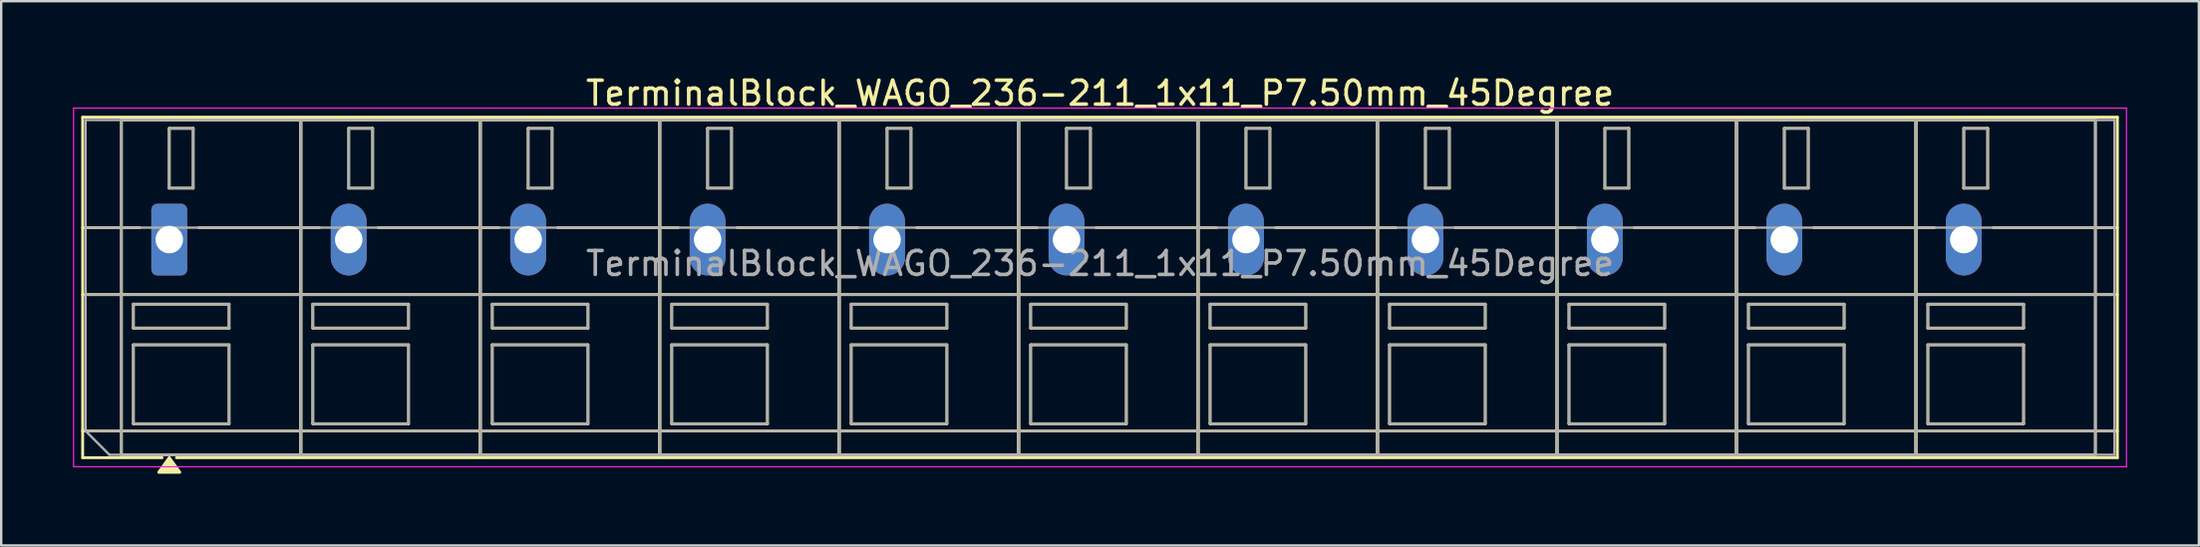
<source format=kicad_pcb>
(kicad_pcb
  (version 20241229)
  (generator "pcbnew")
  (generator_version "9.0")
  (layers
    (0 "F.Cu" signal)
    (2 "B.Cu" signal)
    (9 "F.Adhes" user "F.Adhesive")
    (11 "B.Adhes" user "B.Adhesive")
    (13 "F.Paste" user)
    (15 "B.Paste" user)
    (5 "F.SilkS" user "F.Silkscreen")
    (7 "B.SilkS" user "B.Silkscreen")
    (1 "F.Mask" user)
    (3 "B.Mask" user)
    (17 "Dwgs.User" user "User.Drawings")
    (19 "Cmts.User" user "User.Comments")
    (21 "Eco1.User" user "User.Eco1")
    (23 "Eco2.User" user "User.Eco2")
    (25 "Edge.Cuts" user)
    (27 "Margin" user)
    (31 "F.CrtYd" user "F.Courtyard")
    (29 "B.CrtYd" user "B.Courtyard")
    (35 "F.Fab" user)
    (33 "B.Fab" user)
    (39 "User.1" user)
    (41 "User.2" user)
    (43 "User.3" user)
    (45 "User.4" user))
  (footprint "TerminalBlock_WAGO_236-211_1x11_P7.50mm_45Degree"
    (layer "F.Cu")
    (at 4.025 6.968)
    (property "Reference" "TerminalBlock_WAGO_236-211_1x11_P7.50mm_45Degree" (at 38.9 -6.12 0) (layer "F.SilkS") (effects (font (size 1 1) (thickness 0.15))))
    (attr through_hole)
    (fp_line (start -3.62 -5.12) (end -3.62 9.12) (stroke (width 0.12) (type solid)) (layer "F.SilkS"))
    (fp_line (start -3.62 -5.12) (end 81.42 -5.12) (stroke (width 0.12) (type solid)) (layer "F.SilkS"))
    (fp_line (start -3.62 -0.5) (end -1.23 -0.5) (stroke (width 0.12) (type solid)) (layer "F.SilkS"))
    (fp_line (start -3.62 2.3) (end 81.42 2.3) (stroke (width 0.12) (type solid)) (layer "F.SilkS"))
    (fp_line (start -3.62 8) (end 81.42 8) (stroke (width 0.12) (type solid)) (layer "F.SilkS"))
    (fp_line (start -3.62 9.12) (end -0.3 9.12) (stroke (width 0.12) (type solid)) (layer "F.SilkS"))
    (fp_line (start -2 -5) (end -2 9) (stroke (width 0.12) (type solid)) (layer "F.SilkS"))
    (fp_line (start -2 -5) (end 5.5 -5) (stroke (width 0.12) (type solid)) (layer "F.SilkS"))
    (fp_line (start -2 9) (end 5.5 9) (stroke (width 0.12) (type solid)) (layer "F.SilkS"))
    (fp_line (start -1.5 2.7) (end -1.5 3.7) (stroke (width 0.12) (type solid)) (layer "F.SilkS"))
    (fp_line (start -1.5 2.7) (end 2.5 2.7) (stroke (width 0.12) (type solid)) (layer "F.SilkS"))
    (fp_line (start -1.5 3.7) (end 2.5 3.7) (stroke (width 0.12) (type solid)) (layer "F.SilkS"))
    (fp_line (start -1.5 4.4) (end -1.5 7.7) (stroke (width 0.12) (type solid)) (layer "F.SilkS"))
    (fp_line (start -1.5 4.4) (end 2.5 4.4) (stroke (width 0.12) (type solid)) (layer "F.SilkS"))
    (fp_line (start -1.5 7.7) (end 2.5 7.7) (stroke (width 0.12) (type solid)) (layer "F.SilkS"))
    (fp_line (start 0 -4.65) (end 0 -2.15) (stroke (width 0.12) (type solid)) (layer "F.SilkS"))
    (fp_line (start 0 -4.65) (end 1 -4.65) (stroke (width 0.12) (type solid)) (layer "F.SilkS"))
    (fp_line (start 0 -2.15) (end 1 -2.15) (stroke (width 0.12) (type solid)) (layer "F.SilkS"))
    (fp_line (start 0.3 9.12) (end 81.42 9.12) (stroke (width 0.12) (type solid)) (layer "F.SilkS"))
    (fp_line (start 1 -4.65) (end 1 -2.15) (stroke (width 0.12) (type solid)) (layer "F.SilkS"))
    (fp_line (start 1.23 -0.5) (end 6.27 -0.5) (stroke (width 0.12) (type solid)) (layer "F.SilkS"))
    (fp_line (start 2.5 2.7) (end 2.5 3.7) (stroke (width 0.12) (type solid)) (layer "F.SilkS"))
    (fp_line (start 2.5 4.4) (end 2.5 7.7) (stroke (width 0.12) (type solid)) (layer "F.SilkS"))
    (fp_line (start 5.5 -5) (end 5.5 9) (stroke (width 0.12) (type solid)) (layer "F.SilkS"))
    (fp_line (start 5.5 -5) (end 5.5 9) (stroke (width 0.12) (type solid)) (layer "F.SilkS"))
    (fp_line (start 5.5 -5) (end 13 -5) (stroke (width 0.12) (type solid)) (layer "F.SilkS"))
    (fp_line (start 5.5 9) (end 13 9) (stroke (width 0.12) (type solid)) (layer "F.SilkS"))
    (fp_line (start 6 2.7) (end 6 3.7) (stroke (width 0.12) (type solid)) (layer "F.SilkS"))
    (fp_line (start 6 2.7) (end 10 2.7) (stroke (width 0.12) (type solid)) (layer "F.SilkS"))
    (fp_line (start 6 3.7) (end 10 3.7) (stroke (width 0.12) (type solid)) (layer "F.SilkS"))
    (fp_line (start 6 4.4) (end 6 7.7) (stroke (width 0.12) (type solid)) (layer "F.SilkS"))
    (fp_line (start 6 4.4) (end 10 4.4) (stroke (width 0.12) (type solid)) (layer "F.SilkS"))
    (fp_line (start 6 7.7) (end 10 7.7) (stroke (width 0.12) (type solid)) (layer "F.SilkS"))
    (fp_line (start 7.5 -4.65) (end 7.5 -2.15) (stroke (width 0.12) (type solid)) (layer "F.SilkS"))
    (fp_line (start 7.5 -4.65) (end 8.5 -4.65) (stroke (width 0.12) (type solid)) (layer "F.SilkS"))
    (fp_line (start 7.5 -2.15) (end 8.5 -2.15) (stroke (width 0.12) (type solid)) (layer "F.SilkS"))
    (fp_line (start 8.5 -4.65) (end 8.5 -2.15) (stroke (width 0.12) (type solid)) (layer "F.SilkS"))
    (fp_line (start 8.73 -0.5) (end 13.77 -0.5) (stroke (width 0.12) (type solid)) (layer "F.SilkS"))
    (fp_line (start 10 2.7) (end 10 3.7) (stroke (width 0.12) (type solid)) (layer "F.SilkS"))
    (fp_line (start 10 4.4) (end 10 7.7) (stroke (width 0.12) (type solid)) (layer "F.SilkS"))
    (fp_line (start 13 -5) (end 13 9) (stroke (width 0.12) (type solid)) (layer "F.SilkS"))
    (fp_line (start 13 -5) (end 13 9) (stroke (width 0.12) (type solid)) (layer "F.SilkS"))
    (fp_line (start 13 -5) (end 20.5 -5) (stroke (width 0.12) (type solid)) (layer "F.SilkS"))
    (fp_line (start 13 9) (end 20.5 9) (stroke (width 0.12) (type solid)) (layer "F.SilkS"))
    (fp_line (start 13.5 2.7) (end 13.5 3.7) (stroke (width 0.12) (type solid)) (layer "F.SilkS"))
    (fp_line (start 13.5 2.7) (end 17.5 2.7) (stroke (width 0.12) (type solid)) (layer "F.SilkS"))
    (fp_line (start 13.5 3.7) (end 17.5 3.7) (stroke (width 0.12) (type solid)) (layer "F.SilkS"))
    (fp_line (start 13.5 4.4) (end 13.5 7.7) (stroke (width 0.12) (type solid)) (layer "F.SilkS"))
    (fp_line (start 13.5 4.4) (end 17.5 4.4) (stroke (width 0.12) (type solid)) (layer "F.SilkS"))
    (fp_line (start 13.5 7.7) (end 17.5 7.7) (stroke (width 0.12) (type solid)) (layer "F.SilkS"))
    (fp_line (start 15 -4.65) (end 15 -2.15) (stroke (width 0.12) (type solid)) (layer "F.SilkS"))
    (fp_line (start 15 -4.65) (end 16 -4.65) (stroke (width 0.12) (type solid)) (layer "F.SilkS"))
    (fp_line (start 15 -2.15) (end 16 -2.15) (stroke (width 0.12) (type solid)) (layer "F.SilkS"))
    (fp_line (start 16 -4.65) (end 16 -2.15) (stroke (width 0.12) (type solid)) (layer "F.SilkS"))
    (fp_line (start 16.23 -0.5) (end 21.27 -0.5) (stroke (width 0.12) (type solid)) (layer "F.SilkS"))
    (fp_line (start 17.5 2.7) (end 17.5 3.7) (stroke (width 0.12) (type solid)) (layer "F.SilkS"))
    (fp_line (start 17.5 4.4) (end 17.5 7.7) (stroke (width 0.12) (type solid)) (layer "F.SilkS"))
    (fp_line (start 20.5 -5) (end 20.5 9) (stroke (width 0.12) (type solid)) (layer "F.SilkS"))
    (fp_line (start 20.5 -5) (end 20.5 9) (stroke (width 0.12) (type solid)) (layer "F.SilkS"))
    (fp_line (start 20.5 -5) (end 28 -5) (stroke (width 0.12) (type solid)) (layer "F.SilkS"))
    (fp_line (start 20.5 9) (end 28 9) (stroke (width 0.12) (type solid)) (layer "F.SilkS"))
    (fp_line (start 21 2.7) (end 21 3.7) (stroke (width 0.12) (type solid)) (layer "F.SilkS"))
    (fp_line (start 21 2.7) (end 25 2.7) (stroke (width 0.12) (type solid)) (layer "F.SilkS"))
    (fp_line (start 21 3.7) (end 25 3.7) (stroke (width 0.12) (type solid)) (layer "F.SilkS"))
    (fp_line (start 21 4.4) (end 21 7.7) (stroke (width 0.12) (type solid)) (layer "F.SilkS"))
    (fp_line (start 21 4.4) (end 25 4.4) (stroke (width 0.12) (type solid)) (layer "F.SilkS"))
    (fp_line (start 21 7.7) (end 25 7.7) (stroke (width 0.12) (type solid)) (layer "F.SilkS"))
    (fp_line (start 22.5 -4.65) (end 22.5 -2.15) (stroke (width 0.12) (type solid)) (layer "F.SilkS"))
    (fp_line (start 22.5 -4.65) (end 23.5 -4.65) (stroke (width 0.12) (type solid)) (layer "F.SilkS"))
    (fp_line (start 22.5 -2.15) (end 23.5 -2.15) (stroke (width 0.12) (type solid)) (layer "F.SilkS"))
    (fp_line (start 23.5 -4.65) (end 23.5 -2.15) (stroke (width 0.12) (type solid)) (layer "F.SilkS"))
    (fp_line (start 23.73 -0.5) (end 28.77 -0.5) (stroke (width 0.12) (type solid)) (layer "F.SilkS"))
    (fp_line (start 25 2.7) (end 25 3.7) (stroke (width 0.12) (type solid)) (layer "F.SilkS"))
    (fp_line (start 25 4.4) (end 25 7.7) (stroke (width 0.12) (type solid)) (layer "F.SilkS"))
    (fp_line (start 28 -5) (end 28 9) (stroke (width 0.12) (type solid)) (layer "F.SilkS"))
    (fp_line (start 28 -5) (end 28 9) (stroke (width 0.12) (type solid)) (layer "F.SilkS"))
    (fp_line (start 28 -5) (end 35.5 -5) (stroke (width 0.12) (type solid)) (layer "F.SilkS"))
    (fp_line (start 28 9) (end 35.5 9) (stroke (width 0.12) (type solid)) (layer "F.SilkS"))
    (fp_line (start 28.5 2.7) (end 28.5 3.7) (stroke (width 0.12) (type solid)) (layer "F.SilkS"))
    (fp_line (start 28.5 2.7) (end 32.5 2.7) (stroke (width 0.12) (type solid)) (layer "F.SilkS"))
    (fp_line (start 28.5 3.7) (end 32.5 3.7) (stroke (width 0.12) (type solid)) (layer "F.SilkS"))
    (fp_line (start 28.5 4.4) (end 28.5 7.7) (stroke (width 0.12) (type solid)) (layer "F.SilkS"))
    (fp_line (start 28.5 4.4) (end 32.5 4.4) (stroke (width 0.12) (type solid)) (layer "F.SilkS"))
    (fp_line (start 28.5 7.7) (end 32.5 7.7) (stroke (width 0.12) (type solid)) (layer "F.SilkS"))
    (fp_line (start 30 -4.65) (end 30 -2.15) (stroke (width 0.12) (type solid)) (layer "F.SilkS"))
    (fp_line (start 30 -4.65) (end 31 -4.65) (stroke (width 0.12) (type solid)) (layer "F.SilkS"))
    (fp_line (start 30 -2.15) (end 31 -2.15) (stroke (width 0.12) (type solid)) (layer "F.SilkS"))
    (fp_line (start 31 -4.65) (end 31 -2.15) (stroke (width 0.12) (type solid)) (layer "F.SilkS"))
    (fp_line (start 31.23 -0.5) (end 36.27 -0.5) (stroke (width 0.12) (type solid)) (layer "F.SilkS"))
    (fp_line (start 32.5 2.7) (end 32.5 3.7) (stroke (width 0.12) (type solid)) (layer "F.SilkS"))
    (fp_line (start 32.5 4.4) (end 32.5 7.7) (stroke (width 0.12) (type solid)) (layer "F.SilkS"))
    (fp_line (start 35.5 -5) (end 35.5 9) (stroke (width 0.12) (type solid)) (layer "F.SilkS"))
    (fp_line (start 35.5 -5) (end 35.5 9) (stroke (width 0.12) (type solid)) (layer "F.SilkS"))
    (fp_line (start 35.5 -5) (end 43 -5) (stroke (width 0.12) (type solid)) (layer "F.SilkS"))
    (fp_line (start 35.5 9) (end 43 9) (stroke (width 0.12) (type solid)) (layer "F.SilkS"))
    (fp_line (start 36 2.7) (end 36 3.7) (stroke (width 0.12) (type solid)) (layer "F.SilkS"))
    (fp_line (start 36 2.7) (end 40 2.7) (stroke (width 0.12) (type solid)) (layer "F.SilkS"))
    (fp_line (start 36 3.7) (end 40 3.7) (stroke (width 0.12) (type solid)) (layer "F.SilkS"))
    (fp_line (start 36 4.4) (end 36 7.7) (stroke (width 0.12) (type solid)) (layer "F.SilkS"))
    (fp_line (start 36 4.4) (end 40 4.4) (stroke (width 0.12) (type solid)) (layer "F.SilkS"))
    (fp_line (start 36 7.7) (end 40 7.7) (stroke (width 0.12) (type solid)) (layer "F.SilkS"))
    (fp_line (start 37.5 -4.65) (end 37.5 -2.15) (stroke (width 0.12) (type solid)) (layer "F.SilkS"))
    (fp_line (start 37.5 -4.65) (end 38.5 -4.65) (stroke (width 0.12) (type solid)) (layer "F.SilkS"))
    (fp_line (start 37.5 -2.15) (end 38.5 -2.15) (stroke (width 0.12) (type solid)) (layer "F.SilkS"))
    (fp_line (start 38.5 -4.65) (end 38.5 -2.15) (stroke (width 0.12) (type solid)) (layer "F.SilkS"))
    (fp_line (start 38.73 -0.5) (end 43.77 -0.5) (stroke (width 0.12) (type solid)) (layer "F.SilkS"))
    (fp_line (start 40 2.7) (end 40 3.7) (stroke (width 0.12) (type solid)) (layer "F.SilkS"))
    (fp_line (start 40 4.4) (end 40 7.7) (stroke (width 0.12) (type solid)) (layer "F.SilkS"))
    (fp_line (start 43 -5) (end 43 9) (stroke (width 0.12) (type solid)) (layer "F.SilkS"))
    (fp_line (start 43 -5) (end 43 9) (stroke (width 0.12) (type solid)) (layer "F.SilkS"))
    (fp_line (start 43 -5) (end 50.5 -5) (stroke (width 0.12) (type solid)) (layer "F.SilkS"))
    (fp_line (start 43 9) (end 50.5 9) (stroke (width 0.12) (type solid)) (layer "F.SilkS"))
    (fp_line (start 43.5 2.7) (end 43.5 3.7) (stroke (width 0.12) (type solid)) (layer "F.SilkS"))
    (fp_line (start 43.5 2.7) (end 47.5 2.7) (stroke (width 0.12) (type solid)) (layer "F.SilkS"))
    (fp_line (start 43.5 3.7) (end 47.5 3.7) (stroke (width 0.12) (type solid)) (layer "F.SilkS"))
    (fp_line (start 43.5 4.4) (end 43.5 7.7) (stroke (width 0.12) (type solid)) (layer "F.SilkS"))
    (fp_line (start 43.5 4.4) (end 47.5 4.4) (stroke (width 0.12) (type solid)) (layer "F.SilkS"))
    (fp_line (start 43.5 7.7) (end 47.5 7.7) (stroke (width 0.12) (type solid)) (layer "F.SilkS"))
    (fp_line (start 45 -4.65) (end 45 -2.15) (stroke (width 0.12) (type solid)) (layer "F.SilkS"))
    (fp_line (start 45 -4.65) (end 46 -4.65) (stroke (width 0.12) (type solid)) (layer "F.SilkS"))
    (fp_line (start 45 -2.15) (end 46 -2.15) (stroke (width 0.12) (type solid)) (layer "F.SilkS"))
    (fp_line (start 46 -4.65) (end 46 -2.15) (stroke (width 0.12) (type solid)) (layer "F.SilkS"))
    (fp_line (start 46.23 -0.5) (end 51.27 -0.5) (stroke (width 0.12) (type solid)) (layer "F.SilkS"))
    (fp_line (start 47.5 2.7) (end 47.5 3.7) (stroke (width 0.12) (type solid)) (layer "F.SilkS"))
    (fp_line (start 47.5 4.4) (end 47.5 7.7) (stroke (width 0.12) (type solid)) (layer "F.SilkS"))
    (fp_line (start 50.5 -5) (end 50.5 9) (stroke (width 0.12) (type solid)) (layer "F.SilkS"))
    (fp_line (start 50.5 -5) (end 50.5 9) (stroke (width 0.12) (type solid)) (layer "F.SilkS"))
    (fp_line (start 50.5 -5) (end 58 -5) (stroke (width 0.12) (type solid)) (layer "F.SilkS"))
    (fp_line (start 50.5 9) (end 58 9) (stroke (width 0.12) (type solid)) (layer "F.SilkS"))
    (fp_line (start 51 2.7) (end 51 3.7) (stroke (width 0.12) (type solid)) (layer "F.SilkS"))
    (fp_line (start 51 2.7) (end 55 2.7) (stroke (width 0.12) (type solid)) (layer "F.SilkS"))
    (fp_line (start 51 3.7) (end 55 3.7) (stroke (width 0.12) (type solid)) (layer "F.SilkS"))
    (fp_line (start 51 4.4) (end 51 7.7) (stroke (width 0.12) (type solid)) (layer "F.SilkS"))
    (fp_line (start 51 4.4) (end 55 4.4) (stroke (width 0.12) (type solid)) (layer "F.SilkS"))
    (fp_line (start 51 7.7) (end 55 7.7) (stroke (width 0.12) (type solid)) (layer "F.SilkS"))
    (fp_line (start 52.5 -4.65) (end 52.5 -2.15) (stroke (width 0.12) (type solid)) (layer "F.SilkS"))
    (fp_line (start 52.5 -4.65) (end 53.5 -4.65) (stroke (width 0.12) (type solid)) (layer "F.SilkS"))
    (fp_line (start 52.5 -2.15) (end 53.5 -2.15) (stroke (width 0.12) (type solid)) (layer "F.SilkS"))
    (fp_line (start 53.5 -4.65) (end 53.5 -2.15) (stroke (width 0.12) (type solid)) (layer "F.SilkS"))
    (fp_line (start 53.73 -0.5) (end 58.77 -0.5) (stroke (width 0.12) (type solid)) (layer "F.SilkS"))
    (fp_line (start 55 2.7) (end 55 3.7) (stroke (width 0.12) (type solid)) (layer "F.SilkS"))
    (fp_line (start 55 4.4) (end 55 7.7) (stroke (width 0.12) (type solid)) (layer "F.SilkS"))
    (fp_line (start 58 -5) (end 58 9) (stroke (width 0.12) (type solid)) (layer "F.SilkS"))
    (fp_line (start 58 -5) (end 58 9) (stroke (width 0.12) (type solid)) (layer "F.SilkS"))
    (fp_line (start 58 -5) (end 65.5 -5) (stroke (width 0.12) (type solid)) (layer "F.SilkS"))
    (fp_line (start 58 9) (end 65.5 9) (stroke (width 0.12) (type solid)) (layer "F.SilkS"))
    (fp_line (start 58.5 2.7) (end 58.5 3.7) (stroke (width 0.12) (type solid)) (layer "F.SilkS"))
    (fp_line (start 58.5 2.7) (end 62.5 2.7) (stroke (width 0.12) (type solid)) (layer "F.SilkS"))
    (fp_line (start 58.5 3.7) (end 62.5 3.7) (stroke (width 0.12) (type solid)) (layer "F.SilkS"))
    (fp_line (start 58.5 4.4) (end 58.5 7.7) (stroke (width 0.12) (type solid)) (layer "F.SilkS"))
    (fp_line (start 58.5 4.4) (end 62.5 4.4) (stroke (width 0.12) (type solid)) (layer "F.SilkS"))
    (fp_line (start 58.5 7.7) (end 62.5 7.7) (stroke (width 0.12) (type solid)) (layer "F.SilkS"))
    (fp_line (start 60 -4.65) (end 60 -2.15) (stroke (width 0.12) (type solid)) (layer "F.SilkS"))
    (fp_line (start 60 -4.65) (end 61 -4.65) (stroke (width 0.12) (type solid)) (layer "F.SilkS"))
    (fp_line (start 60 -2.15) (end 61 -2.15) (stroke (width 0.12) (type solid)) (layer "F.SilkS"))
    (fp_line (start 61 -4.65) (end 61 -2.15) (stroke (width 0.12) (type solid)) (layer "F.SilkS"))
    (fp_line (start 61.23 -0.5) (end 66.27 -0.5) (stroke (width 0.12) (type solid)) (layer "F.SilkS"))
    (fp_line (start 62.5 2.7) (end 62.5 3.7) (stroke (width 0.12) (type solid)) (layer "F.SilkS"))
    (fp_line (start 62.5 4.4) (end 62.5 7.7) (stroke (width 0.12) (type solid)) (layer "F.SilkS"))
    (fp_line (start 65.5 -5) (end 65.5 9) (stroke (width 0.12) (type solid)) (layer "F.SilkS"))
    (fp_line (start 65.5 -5) (end 65.5 9) (stroke (width 0.12) (type solid)) (layer "F.SilkS"))
    (fp_line (start 65.5 -5) (end 73 -5) (stroke (width 0.12) (type solid)) (layer "F.SilkS"))
    (fp_line (start 65.5 9) (end 73 9) (stroke (width 0.12) (type solid)) (layer "F.SilkS"))
    (fp_line (start 66 2.7) (end 66 3.7) (stroke (width 0.12) (type solid)) (layer "F.SilkS"))
    (fp_line (start 66 2.7) (end 70 2.7) (stroke (width 0.12) (type solid)) (layer "F.SilkS"))
    (fp_line (start 66 3.7) (end 70 3.7) (stroke (width 0.12) (type solid)) (layer "F.SilkS"))
    (fp_line (start 66 4.4) (end 66 7.7) (stroke (width 0.12) (type solid)) (layer "F.SilkS"))
    (fp_line (start 66 4.4) (end 70 4.4) (stroke (width 0.12) (type solid)) (layer "F.SilkS"))
    (fp_line (start 66 7.7) (end 70 7.7) (stroke (width 0.12) (type solid)) (layer "F.SilkS"))
    (fp_line (start 67.5 -4.65) (end 67.5 -2.15) (stroke (width 0.12) (type solid)) (layer "F.SilkS"))
    (fp_line (start 67.5 -4.65) (end 68.5 -4.65) (stroke (width 0.12) (type solid)) (layer "F.SilkS"))
    (fp_line (start 67.5 -2.15) (end 68.5 -2.15) (stroke (width 0.12) (type solid)) (layer "F.SilkS"))
    (fp_line (start 68.5 -4.65) (end 68.5 -2.15) (stroke (width 0.12) (type solid)) (layer "F.SilkS"))
    (fp_line (start 68.73 -0.5) (end 73.77 -0.5) (stroke (width 0.12) (type solid)) (layer "F.SilkS"))
    (fp_line (start 70 2.7) (end 70 3.7) (stroke (width 0.12) (type solid)) (layer "F.SilkS"))
    (fp_line (start 70 4.4) (end 70 7.7) (stroke (width 0.12) (type solid)) (layer "F.SilkS"))
    (fp_line (start 73 -5) (end 73 9) (stroke (width 0.12) (type solid)) (layer "F.SilkS"))
    (fp_line (start 73 -5) (end 73 9) (stroke (width 0.12) (type solid)) (layer "F.SilkS"))
    (fp_line (start 73 -5) (end 80.5 -5) (stroke (width 0.12) (type solid)) (layer "F.SilkS"))
    (fp_line (start 73 9) (end 80.5 9) (stroke (width 0.12) (type solid)) (layer "F.SilkS"))
    (fp_line (start 73.5 2.7) (end 73.5 3.7) (stroke (width 0.12) (type solid)) (layer "F.SilkS"))
    (fp_line (start 73.5 2.7) (end 77.5 2.7) (stroke (width 0.12) (type solid)) (layer "F.SilkS"))
    (fp_line (start 73.5 3.7) (end 77.5 3.7) (stroke (width 0.12) (type solid)) (layer "F.SilkS"))
    (fp_line (start 73.5 4.4) (end 73.5 7.7) (stroke (width 0.12) (type solid)) (layer "F.SilkS"))
    (fp_line (start 73.5 4.4) (end 77.5 4.4) (stroke (width 0.12) (type solid)) (layer "F.SilkS"))
    (fp_line (start 73.5 7.7) (end 77.5 7.7) (stroke (width 0.12) (type solid)) (layer "F.SilkS"))
    (fp_line (start 75 -4.65) (end 75 -2.15) (stroke (width 0.12) (type solid)) (layer "F.SilkS"))
    (fp_line (start 75 -4.65) (end 76 -4.65) (stroke (width 0.12) (type solid)) (layer "F.SilkS"))
    (fp_line (start 75 -2.15) (end 76 -2.15) (stroke (width 0.12) (type solid)) (layer "F.SilkS"))
    (fp_line (start 76 -4.65) (end 76 -2.15) (stroke (width 0.12) (type solid)) (layer "F.SilkS"))
    (fp_line (start 76.23 -0.5) (end 81.42 -0.5) (stroke (width 0.12) (type solid)) (layer "F.SilkS"))
    (fp_line (start 77.5 2.7) (end 77.5 3.7) (stroke (width 0.12) (type solid)) (layer "F.SilkS"))
    (fp_line (start 77.5 4.4) (end 77.5 7.7) (stroke (width 0.12) (type solid)) (layer "F.SilkS"))
    (fp_line (start 80.5 -5) (end 80.5 9) (stroke (width 0.12) (type solid)) (layer "F.SilkS"))
    (fp_line (start 81.42 -5.12) (end 81.42 9.12) (stroke (width 0.12) (type solid)) (layer "F.SilkS"))
    (fp_poly (pts (xy 0 9.12) (xy 0.44 9.73) (xy -0.44 9.73)) (stroke (width 0.12) (type solid)) (fill yes) (layer "F.SilkS"))
    (fp_line (start -4 -5.5) (end -4 9.5) (stroke (width 0.05) (type solid)) (layer "F.CrtYd"))
    (fp_line (start -4 9.5) (end 81.8 9.5) (stroke (width 0.05) (type solid)) (layer "F.CrtYd"))
    (fp_line (start 81.8 -5.5) (end -4 -5.5) (stroke (width 0.05) (type solid)) (layer "F.CrtYd"))
    (fp_line (start 81.8 9.5) (end 81.8 -5.5) (stroke (width 0.05) (type solid)) (layer "F.CrtYd"))
    (fp_line (start -3.5 -5) (end 81.3 -5) (stroke (width 0.1) (type solid)) (layer "F.Fab"))
    (fp_line (start -3.5 -0.5) (end 81.3 -0.5) (stroke (width 0.1) (type solid)) (layer "F.Fab"))
    (fp_line (start -3.5 2.3) (end 81.3 2.3) (stroke (width 0.1) (type solid)) (layer "F.Fab"))
    (fp_line (start -3.5 8) (end -3.5 -5) (stroke (width 0.1) (type solid)) (layer "F.Fab"))
    (fp_line (start -3.5 8) (end 81.3 8) (stroke (width 0.1) (type solid)) (layer "F.Fab"))
    (fp_line (start -2.5 9) (end -3.5 8) (stroke (width 0.1) (type solid)) (layer "F.Fab"))
    (fp_line (start -2 -5) (end -2 9) (stroke (width 0.1) (type solid)) (layer "F.Fab"))
    (fp_line (start -2 9) (end 5.5 9) (stroke (width 0.1) (type solid)) (layer "F.Fab"))
    (fp_line (start -1.5 2.7) (end -1.5 3.7) (stroke (width 0.1) (type solid)) (layer "F.Fab"))
    (fp_line (start -1.5 3.7) (end 2.5 3.7) (stroke (width 0.1) (type solid)) (layer "F.Fab"))
    (fp_line (start -1.5 4.4) (end -1.5 7.7) (stroke (width 0.1) (type solid)) (layer "F.Fab"))
    (fp_line (start -1.5 7.7) (end 2.5 7.7) (stroke (width 0.1) (type solid)) (layer "F.Fab"))
    (fp_line (start 0 -4.65) (end 0 -2.15) (stroke (width 0.1) (type solid)) (layer "F.Fab"))
    (fp_line (start 0 -2.15) (end 1 -2.15) (stroke (width 0.1) (type solid)) (layer "F.Fab"))
    (fp_line (start 1 -4.65) (end 0 -4.65) (stroke (width 0.1) (type solid)) (layer "F.Fab"))
    (fp_line (start 1 -2.15) (end 1 -4.65) (stroke (width 0.1) (type solid)) (layer "F.Fab"))
    (fp_line (start 2.5 2.7) (end -1.5 2.7) (stroke (width 0.1) (type solid)) (layer "F.Fab"))
    (fp_line (start 2.5 3.7) (end 2.5 2.7) (stroke (width 0.1) (type solid)) (layer "F.Fab"))
    (fp_line (start 2.5 4.4) (end -1.5 4.4) (stroke (width 0.1) (type solid)) (layer "F.Fab"))
    (fp_line (start 2.5 7.7) (end 2.5 4.4) (stroke (width 0.1) (type solid)) (layer "F.Fab"))
    (fp_line (start 5.5 -5) (end -2 -5) (stroke (width 0.1) (type solid)) (layer "F.Fab"))
    (fp_line (start 5.5 -5) (end 5.5 9) (stroke (width 0.1) (type solid)) (layer "F.Fab"))
    (fp_line (start 5.5 9) (end 5.5 -5) (stroke (width 0.1) (type solid)) (layer "F.Fab"))
    (fp_line (start 5.5 9) (end 13 9) (stroke (width 0.1) (type solid)) (layer "F.Fab"))
    (fp_line (start 6 2.7) (end 6 3.7) (stroke (width 0.1) (type solid)) (layer "F.Fab"))
    (fp_line (start 6 3.7) (end 10 3.7) (stroke (width 0.1) (type solid)) (layer "F.Fab"))
    (fp_line (start 6 4.4) (end 6 7.7) (stroke (width 0.1) (type solid)) (layer "F.Fab"))
    (fp_line (start 6 7.7) (end 10 7.7) (stroke (width 0.1) (type solid)) (layer "F.Fab"))
    (fp_line (start 7.5 -4.65) (end 7.5 -2.15) (stroke (width 0.1) (type solid)) (layer "F.Fab"))
    (fp_line (start 7.5 -2.15) (end 8.5 -2.15) (stroke (width 0.1) (type solid)) (layer "F.Fab"))
    (fp_line (start 8.5 -4.65) (end 7.5 -4.65) (stroke (width 0.1) (type solid)) (layer "F.Fab"))
    (fp_line (start 8.5 -2.15) (end 8.5 -4.65) (stroke (width 0.1) (type solid)) (layer "F.Fab"))
    (fp_line (start 10 2.7) (end 6 2.7) (stroke (width 0.1) (type solid)) (layer "F.Fab"))
    (fp_line (start 10 3.7) (end 10 2.7) (stroke (width 0.1) (type solid)) (layer "F.Fab"))
    (fp_line (start 10 4.4) (end 6 4.4) (stroke (width 0.1) (type solid)) (layer "F.Fab"))
    (fp_line (start 10 7.7) (end 10 4.4) (stroke (width 0.1) (type solid)) (layer "F.Fab"))
    (fp_line (start 13 -5) (end 5.5 -5) (stroke (width 0.1) (type solid)) (layer "F.Fab"))
    (fp_line (start 13 -5) (end 13 9) (stroke (width 0.1) (type solid)) (layer "F.Fab"))
    (fp_line (start 13 9) (end 13 -5) (stroke (width 0.1) (type solid)) (layer "F.Fab"))
    (fp_line (start 13 9) (end 20.5 9) (stroke (width 0.1) (type solid)) (layer "F.Fab"))
    (fp_line (start 13.5 2.7) (end 13.5 3.7) (stroke (width 0.1) (type solid)) (layer "F.Fab"))
    (fp_line (start 13.5 3.7) (end 17.5 3.7) (stroke (width 0.1) (type solid)) (layer "F.Fab"))
    (fp_line (start 13.5 4.4) (end 13.5 7.7) (stroke (width 0.1) (type solid)) (layer "F.Fab"))
    (fp_line (start 13.5 7.7) (end 17.5 7.7) (stroke (width 0.1) (type solid)) (layer "F.Fab"))
    (fp_line (start 15 -4.65) (end 15 -2.15) (stroke (width 0.1) (type solid)) (layer "F.Fab"))
    (fp_line (start 15 -2.15) (end 16 -2.15) (stroke (width 0.1) (type solid)) (layer "F.Fab"))
    (fp_line (start 16 -4.65) (end 15 -4.65) (stroke (width 0.1) (type solid)) (layer "F.Fab"))
    (fp_line (start 16 -2.15) (end 16 -4.65) (stroke (width 0.1) (type solid)) (layer "F.Fab"))
    (fp_line (start 17.5 2.7) (end 13.5 2.7) (stroke (width 0.1) (type solid)) (layer "F.Fab"))
    (fp_line (start 17.5 3.7) (end 17.5 2.7) (stroke (width 0.1) (type solid)) (layer "F.Fab"))
    (fp_line (start 17.5 4.4) (end 13.5 4.4) (stroke (width 0.1) (type solid)) (layer "F.Fab"))
    (fp_line (start 17.5 7.7) (end 17.5 4.4) (stroke (width 0.1) (type solid)) (layer "F.Fab"))
    (fp_line (start 20.5 -5) (end 13 -5) (stroke (width 0.1) (type solid)) (layer "F.Fab"))
    (fp_line (start 20.5 -5) (end 20.5 9) (stroke (width 0.1) (type solid)) (layer "F.Fab"))
    (fp_line (start 20.5 9) (end 20.5 -5) (stroke (width 0.1) (type solid)) (layer "F.Fab"))
    (fp_line (start 20.5 9) (end 28 9) (stroke (width 0.1) (type solid)) (layer "F.Fab"))
    (fp_line (start 21 2.7) (end 21 3.7) (stroke (width 0.1) (type solid)) (layer "F.Fab"))
    (fp_line (start 21 3.7) (end 25 3.7) (stroke (width 0.1) (type solid)) (layer "F.Fab"))
    (fp_line (start 21 4.4) (end 21 7.7) (stroke (width 0.1) (type solid)) (layer "F.Fab"))
    (fp_line (start 21 7.7) (end 25 7.7) (stroke (width 0.1) (type solid)) (layer "F.Fab"))
    (fp_line (start 22.5 -4.65) (end 22.5 -2.15) (stroke (width 0.1) (type solid)) (layer "F.Fab"))
    (fp_line (start 22.5 -2.15) (end 23.5 -2.15) (stroke (width 0.1) (type solid)) (layer "F.Fab"))
    (fp_line (start 23.5 -4.65) (end 22.5 -4.65) (stroke (width 0.1) (type solid)) (layer "F.Fab"))
    (fp_line (start 23.5 -2.15) (end 23.5 -4.65) (stroke (width 0.1) (type solid)) (layer "F.Fab"))
    (fp_line (start 25 2.7) (end 21 2.7) (stroke (width 0.1) (type solid)) (layer "F.Fab"))
    (fp_line (start 25 3.7) (end 25 2.7) (stroke (width 0.1) (type solid)) (layer "F.Fab"))
    (fp_line (start 25 4.4) (end 21 4.4) (stroke (width 0.1) (type solid)) (layer "F.Fab"))
    (fp_line (start 25 7.7) (end 25 4.4) (stroke (width 0.1) (type solid)) (layer "F.Fab"))
    (fp_line (start 28 -5) (end 20.5 -5) (stroke (width 0.1) (type solid)) (layer "F.Fab"))
    (fp_line (start 28 -5) (end 28 9) (stroke (width 0.1) (type solid)) (layer "F.Fab"))
    (fp_line (start 28 9) (end 28 -5) (stroke (width 0.1) (type solid)) (layer "F.Fab"))
    (fp_line (start 28 9) (end 35.5 9) (stroke (width 0.1) (type solid)) (layer "F.Fab"))
    (fp_line (start 28.5 2.7) (end 28.5 3.7) (stroke (width 0.1) (type solid)) (layer "F.Fab"))
    (fp_line (start 28.5 3.7) (end 32.5 3.7) (stroke (width 0.1) (type solid)) (layer "F.Fab"))
    (fp_line (start 28.5 4.4) (end 28.5 7.7) (stroke (width 0.1) (type solid)) (layer "F.Fab"))
    (fp_line (start 28.5 7.7) (end 32.5 7.7) (stroke (width 0.1) (type solid)) (layer "F.Fab"))
    (fp_line (start 30 -4.65) (end 30 -2.15) (stroke (width 0.1) (type solid)) (layer "F.Fab"))
    (fp_line (start 30 -2.15) (end 31 -2.15) (stroke (width 0.1) (type solid)) (layer "F.Fab"))
    (fp_line (start 31 -4.65) (end 30 -4.65) (stroke (width 0.1) (type solid)) (layer "F.Fab"))
    (fp_line (start 31 -2.15) (end 31 -4.65) (stroke (width 0.1) (type solid)) (layer "F.Fab"))
    (fp_line (start 32.5 2.7) (end 28.5 2.7) (stroke (width 0.1) (type solid)) (layer "F.Fab"))
    (fp_line (start 32.5 3.7) (end 32.5 2.7) (stroke (width 0.1) (type solid)) (layer "F.Fab"))
    (fp_line (start 32.5 4.4) (end 28.5 4.4) (stroke (width 0.1) (type solid)) (layer "F.Fab"))
    (fp_line (start 32.5 7.7) (end 32.5 4.4) (stroke (width 0.1) (type solid)) (layer "F.Fab"))
    (fp_line (start 35.5 -5) (end 28 -5) (stroke (width 0.1) (type solid)) (layer "F.Fab"))
    (fp_line (start 35.5 -5) (end 35.5 9) (stroke (width 0.1) (type solid)) (layer "F.Fab"))
    (fp_line (start 35.5 9) (end 35.5 -5) (stroke (width 0.1) (type solid)) (layer "F.Fab"))
    (fp_line (start 35.5 9) (end 43 9) (stroke (width 0.1) (type solid)) (layer "F.Fab"))
    (fp_line (start 36 2.7) (end 36 3.7) (stroke (width 0.1) (type solid)) (layer "F.Fab"))
    (fp_line (start 36 3.7) (end 40 3.7) (stroke (width 0.1) (type solid)) (layer "F.Fab"))
    (fp_line (start 36 4.4) (end 36 7.7) (stroke (width 0.1) (type solid)) (layer "F.Fab"))
    (fp_line (start 36 7.7) (end 40 7.7) (stroke (width 0.1) (type solid)) (layer "F.Fab"))
    (fp_line (start 37.5 -4.65) (end 37.5 -2.15) (stroke (width 0.1) (type solid)) (layer "F.Fab"))
    (fp_line (start 37.5 -2.15) (end 38.5 -2.15) (stroke (width 0.1) (type solid)) (layer "F.Fab"))
    (fp_line (start 38.5 -4.65) (end 37.5 -4.65) (stroke (width 0.1) (type solid)) (layer "F.Fab"))
    (fp_line (start 38.5 -2.15) (end 38.5 -4.65) (stroke (width 0.1) (type solid)) (layer "F.Fab"))
    (fp_line (start 40 2.7) (end 36 2.7) (stroke (width 0.1) (type solid)) (layer "F.Fab"))
    (fp_line (start 40 3.7) (end 40 2.7) (stroke (width 0.1) (type solid)) (layer "F.Fab"))
    (fp_line (start 40 4.4) (end 36 4.4) (stroke (width 0.1) (type solid)) (layer "F.Fab"))
    (fp_line (start 40 7.7) (end 40 4.4) (stroke (width 0.1) (type solid)) (layer "F.Fab"))
    (fp_line (start 43 -5) (end 35.5 -5) (stroke (width 0.1) (type solid)) (layer "F.Fab"))
    (fp_line (start 43 -5) (end 43 9) (stroke (width 0.1) (type solid)) (layer "F.Fab"))
    (fp_line (start 43 9) (end 43 -5) (stroke (width 0.1) (type solid)) (layer "F.Fab"))
    (fp_line (start 43 9) (end 50.5 9) (stroke (width 0.1) (type solid)) (layer "F.Fab"))
    (fp_line (start 43.5 2.7) (end 43.5 3.7) (stroke (width 0.1) (type solid)) (layer "F.Fab"))
    (fp_line (start 43.5 3.7) (end 47.5 3.7) (stroke (width 0.1) (type solid)) (layer "F.Fab"))
    (fp_line (start 43.5 4.4) (end 43.5 7.7) (stroke (width 0.1) (type solid)) (layer "F.Fab"))
    (fp_line (start 43.5 7.7) (end 47.5 7.7) (stroke (width 0.1) (type solid)) (layer "F.Fab"))
    (fp_line (start 45 -4.65) (end 45 -2.15) (stroke (width 0.1) (type solid)) (layer "F.Fab"))
    (fp_line (start 45 -2.15) (end 46 -2.15) (stroke (width 0.1) (type solid)) (layer "F.Fab"))
    (fp_line (start 46 -4.65) (end 45 -4.65) (stroke (width 0.1) (type solid)) (layer "F.Fab"))
    (fp_line (start 46 -2.15) (end 46 -4.65) (stroke (width 0.1) (type solid)) (layer "F.Fab"))
    (fp_line (start 47.5 2.7) (end 43.5 2.7) (stroke (width 0.1) (type solid)) (layer "F.Fab"))
    (fp_line (start 47.5 3.7) (end 47.5 2.7) (stroke (width 0.1) (type solid)) (layer "F.Fab"))
    (fp_line (start 47.5 4.4) (end 43.5 4.4) (stroke (width 0.1) (type solid)) (layer "F.Fab"))
    (fp_line (start 47.5 7.7) (end 47.5 4.4) (stroke (width 0.1) (type solid)) (layer "F.Fab"))
    (fp_line (start 50.5 -5) (end 43 -5) (stroke (width 0.1) (type solid)) (layer "F.Fab"))
    (fp_line (start 50.5 -5) (end 50.5 9) (stroke (width 0.1) (type solid)) (layer "F.Fab"))
    (fp_line (start 50.5 9) (end 50.5 -5) (stroke (width 0.1) (type solid)) (layer "F.Fab"))
    (fp_line (start 50.5 9) (end 58 9) (stroke (width 0.1) (type solid)) (layer "F.Fab"))
    (fp_line (start 51 2.7) (end 51 3.7) (stroke (width 0.1) (type solid)) (layer "F.Fab"))
    (fp_line (start 51 3.7) (end 55 3.7) (stroke (width 0.1) (type solid)) (layer "F.Fab"))
    (fp_line (start 51 4.4) (end 51 7.7) (stroke (width 0.1) (type solid)) (layer "F.Fab"))
    (fp_line (start 51 7.7) (end 55 7.7) (stroke (width 0.1) (type solid)) (layer "F.Fab"))
    (fp_line (start 52.5 -4.65) (end 52.5 -2.15) (stroke (width 0.1) (type solid)) (layer "F.Fab"))
    (fp_line (start 52.5 -2.15) (end 53.5 -2.15) (stroke (width 0.1) (type solid)) (layer "F.Fab"))
    (fp_line (start 53.5 -4.65) (end 52.5 -4.65) (stroke (width 0.1) (type solid)) (layer "F.Fab"))
    (fp_line (start 53.5 -2.15) (end 53.5 -4.65) (stroke (width 0.1) (type solid)) (layer "F.Fab"))
    (fp_line (start 55 2.7) (end 51 2.7) (stroke (width 0.1) (type solid)) (layer "F.Fab"))
    (fp_line (start 55 3.7) (end 55 2.7) (stroke (width 0.1) (type solid)) (layer "F.Fab"))
    (fp_line (start 55 4.4) (end 51 4.4) (stroke (width 0.1) (type solid)) (layer "F.Fab"))
    (fp_line (start 55 7.7) (end 55 4.4) (stroke (width 0.1) (type solid)) (layer "F.Fab"))
    (fp_line (start 58 -5) (end 50.5 -5) (stroke (width 0.1) (type solid)) (layer "F.Fab"))
    (fp_line (start 58 -5) (end 58 9) (stroke (width 0.1) (type solid)) (layer "F.Fab"))
    (fp_line (start 58 9) (end 58 -5) (stroke (width 0.1) (type solid)) (layer "F.Fab"))
    (fp_line (start 58 9) (end 65.5 9) (stroke (width 0.1) (type solid)) (layer "F.Fab"))
    (fp_line (start 58.5 2.7) (end 58.5 3.7) (stroke (width 0.1) (type solid)) (layer "F.Fab"))
    (fp_line (start 58.5 3.7) (end 62.5 3.7) (stroke (width 0.1) (type solid)) (layer "F.Fab"))
    (fp_line (start 58.5 4.4) (end 58.5 7.7) (stroke (width 0.1) (type solid)) (layer "F.Fab"))
    (fp_line (start 58.5 7.7) (end 62.5 7.7) (stroke (width 0.1) (type solid)) (layer "F.Fab"))
    (fp_line (start 60 -4.65) (end 60 -2.15) (stroke (width 0.1) (type solid)) (layer "F.Fab"))
    (fp_line (start 60 -2.15) (end 61 -2.15) (stroke (width 0.1) (type solid)) (layer "F.Fab"))
    (fp_line (start 61 -4.65) (end 60 -4.65) (stroke (width 0.1) (type solid)) (layer "F.Fab"))
    (fp_line (start 61 -2.15) (end 61 -4.65) (stroke (width 0.1) (type solid)) (layer "F.Fab"))
    (fp_line (start 62.5 2.7) (end 58.5 2.7) (stroke (width 0.1) (type solid)) (layer "F.Fab"))
    (fp_line (start 62.5 3.7) (end 62.5 2.7) (stroke (width 0.1) (type solid)) (layer "F.Fab"))
    (fp_line (start 62.5 4.4) (end 58.5 4.4) (stroke (width 0.1) (type solid)) (layer "F.Fab"))
    (fp_line (start 62.5 7.7) (end 62.5 4.4) (stroke (width 0.1) (type solid)) (layer "F.Fab"))
    (fp_line (start 65.5 -5) (end 58 -5) (stroke (width 0.1) (type solid)) (layer "F.Fab"))
    (fp_line (start 65.5 -5) (end 65.5 9) (stroke (width 0.1) (type solid)) (layer "F.Fab"))
    (fp_line (start 65.5 9) (end 65.5 -5) (stroke (width 0.1) (type solid)) (layer "F.Fab"))
    (fp_line (start 65.5 9) (end 73 9) (stroke (width 0.1) (type solid)) (layer "F.Fab"))
    (fp_line (start 66 2.7) (end 66 3.7) (stroke (width 0.1) (type solid)) (layer "F.Fab"))
    (fp_line (start 66 3.7) (end 70 3.7) (stroke (width 0.1) (type solid)) (layer "F.Fab"))
    (fp_line (start 66 4.4) (end 66 7.7) (stroke (width 0.1) (type solid)) (layer "F.Fab"))
    (fp_line (start 66 7.7) (end 70 7.7) (stroke (width 0.1) (type solid)) (layer "F.Fab"))
    (fp_line (start 67.5 -4.65) (end 67.5 -2.15) (stroke (width 0.1) (type solid)) (layer "F.Fab"))
    (fp_line (start 67.5 -2.15) (end 68.5 -2.15) (stroke (width 0.1) (type solid)) (layer "F.Fab"))
    (fp_line (start 68.5 -4.65) (end 67.5 -4.65) (stroke (width 0.1) (type solid)) (layer "F.Fab"))
    (fp_line (start 68.5 -2.15) (end 68.5 -4.65) (stroke (width 0.1) (type solid)) (layer "F.Fab"))
    (fp_line (start 70 2.7) (end 66 2.7) (stroke (width 0.1) (type solid)) (layer "F.Fab"))
    (fp_line (start 70 3.7) (end 70 2.7) (stroke (width 0.1) (type solid)) (layer "F.Fab"))
    (fp_line (start 70 4.4) (end 66 4.4) (stroke (width 0.1) (type solid)) (layer "F.Fab"))
    (fp_line (start 70 7.7) (end 70 4.4) (stroke (width 0.1) (type solid)) (layer "F.Fab"))
    (fp_line (start 73 -5) (end 65.5 -5) (stroke (width 0.1) (type solid)) (layer "F.Fab"))
    (fp_line (start 73 -5) (end 73 9) (stroke (width 0.1) (type solid)) (layer "F.Fab"))
    (fp_line (start 73 9) (end 73 -5) (stroke (width 0.1) (type solid)) (layer "F.Fab"))
    (fp_line (start 73 9) (end 80.5 9) (stroke (width 0.1) (type solid)) (layer "F.Fab"))
    (fp_line (start 73.5 2.7) (end 73.5 3.7) (stroke (width 0.1) (type solid)) (layer "F.Fab"))
    (fp_line (start 73.5 3.7) (end 77.5 3.7) (stroke (width 0.1) (type solid)) (layer "F.Fab"))
    (fp_line (start 73.5 4.4) (end 73.5 7.7) (stroke (width 0.1) (type solid)) (layer "F.Fab"))
    (fp_line (start 73.5 7.7) (end 77.5 7.7) (stroke (width 0.1) (type solid)) (layer "F.Fab"))
    (fp_line (start 75 -4.65) (end 75 -2.15) (stroke (width 0.1) (type solid)) (layer "F.Fab"))
    (fp_line (start 75 -2.15) (end 76 -2.15) (stroke (width 0.1) (type solid)) (layer "F.Fab"))
    (fp_line (start 76 -4.65) (end 75 -4.65) (stroke (width 0.1) (type solid)) (layer "F.Fab"))
    (fp_line (start 76 -2.15) (end 76 -4.65) (stroke (width 0.1) (type solid)) (layer "F.Fab"))
    (fp_line (start 77.5 2.7) (end 73.5 2.7) (stroke (width 0.1) (type solid)) (layer "F.Fab"))
    (fp_line (start 77.5 3.7) (end 77.5 2.7) (stroke (width 0.1) (type solid)) (layer "F.Fab"))
    (fp_line (start 77.5 4.4) (end 73.5 4.4) (stroke (width 0.1) (type solid)) (layer "F.Fab"))
    (fp_line (start 77.5 7.7) (end 77.5 4.4) (stroke (width 0.1) (type solid)) (layer "F.Fab"))
    (fp_line (start 80.5 -5) (end 73 -5) (stroke (width 0.1) (type solid)) (layer "F.Fab"))
    (fp_line (start 80.5 9) (end 80.5 -5) (stroke (width 0.1) (type solid)) (layer "F.Fab"))
    (fp_line (start 81.3 -5) (end 81.3 9) (stroke (width 0.1) (type solid)) (layer "F.Fab"))
    (fp_line (start 81.3 9) (end -2.5 9) (stroke (width 0.1) (type solid)) (layer "F.Fab"))
    (fp_text user "${REFERENCE}" (at 38.9 1 0) (layer "F.Fab") (effects (font (size 1 1) (thickness 0.15))))
    (pad "1" thru_hole roundrect (at 0 0) (size 1.5 3) (drill 1.15) (layers "*.Cu" "*.Mask") (roundrect_rratio 0.167))
    (pad "2" thru_hole oval (at 7.5 0) (size 1.5 3) (drill 1.15) (layers "*.Cu" "*.Mask"))
    (pad "3" thru_hole oval (at 15 0) (size 1.5 3) (drill 1.15) (layers "*.Cu" "*.Mask"))
    (pad "4" thru_hole oval (at 22.5 0) (size 1.5 3) (drill 1.15) (layers "*.Cu" "*.Mask"))
    (pad "5" thru_hole oval (at 30 0) (size 1.5 3) (drill 1.15) (layers "*.Cu" "*.Mask"))
    (pad "6" thru_hole oval (at 37.5 0) (size 1.5 3) (drill 1.15) (layers "*.Cu" "*.Mask"))
    (pad "7" thru_hole oval (at 45 0) (size 1.5 3) (drill 1.15) (layers "*.Cu" "*.Mask"))
    (pad "8" thru_hole oval (at 52.5 0) (size 1.5 3) (drill 1.15) (layers "*.Cu" "*.Mask"))
    (pad "9" thru_hole oval (at 60 0) (size 1.5 3) (drill 1.15) (layers "*.Cu" "*.Mask"))
    (pad "10" thru_hole oval (at 67.5 0) (size 1.5 3) (drill 1.15) (layers "*.Cu" "*.Mask"))
    (pad "11" thru_hole oval (at 75 0) (size 1.5 3) (drill 1.15) (layers "*.Cu" "*.Mask")))
  (gr_rect
    (start -3 -3)
    (end 88.85 19.758)
    (stroke (width 0.1) (type default))
    (fill no)
    (layer "Edge.Cuts")))
</source>
